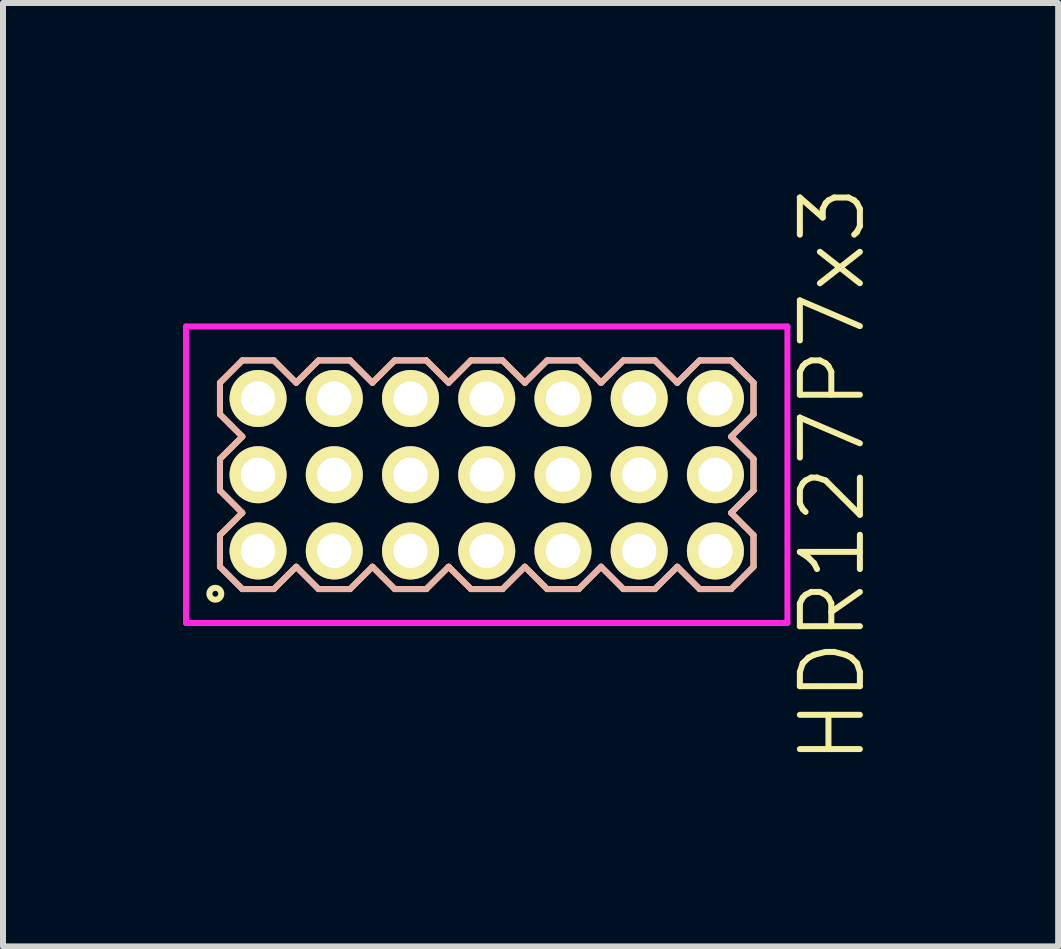
<source format=kicad_pcb>
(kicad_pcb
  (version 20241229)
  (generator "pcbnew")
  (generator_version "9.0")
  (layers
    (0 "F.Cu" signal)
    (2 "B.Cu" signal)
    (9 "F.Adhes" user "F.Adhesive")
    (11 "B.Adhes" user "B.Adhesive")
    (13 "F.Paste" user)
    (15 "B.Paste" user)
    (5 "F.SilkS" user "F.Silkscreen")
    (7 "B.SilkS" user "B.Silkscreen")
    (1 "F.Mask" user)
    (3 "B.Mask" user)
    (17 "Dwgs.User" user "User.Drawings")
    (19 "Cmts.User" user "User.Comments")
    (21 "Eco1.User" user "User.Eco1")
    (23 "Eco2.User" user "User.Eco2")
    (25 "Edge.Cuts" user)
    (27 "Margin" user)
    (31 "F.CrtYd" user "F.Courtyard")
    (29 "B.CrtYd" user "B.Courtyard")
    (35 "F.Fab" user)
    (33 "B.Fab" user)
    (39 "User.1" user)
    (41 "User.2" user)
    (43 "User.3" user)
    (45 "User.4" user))
  (footprint "HDR127P7x3"
    (layer "F.Cu")
    (at 5.06 4.86)
    (property "Reference" "HDR127P7x3" (at 5.76 0 90) (layer "F.SilkS") (effects (font (size 1 1) (thickness 0.1))))
    (attr through_hole)
    (fp_line (start -4.445 -1.533) (end -4.073 -1.905) (stroke (width 0.1) (type solid)) (layer "F.SilkS"))
    (fp_line (start -4.445 -1.007) (end -4.445 -1.533) (stroke (width 0.1) (type solid)) (layer "F.SilkS"))
    (fp_line (start -4.445 -0.263) (end -4.073 -0.635) (stroke (width 0.1) (type solid)) (layer "F.SilkS"))
    (fp_line (start -4.445 0.263) (end -4.445 -0.263) (stroke (width 0.1) (type solid)) (layer "F.SilkS"))
    (fp_line (start -4.445 1.007) (end -4.073 0.635) (stroke (width 0.1) (type solid)) (layer "F.SilkS"))
    (fp_line (start -4.445 1.533) (end -4.445 1.007) (stroke (width 0.1) (type solid)) (layer "F.SilkS"))
    (fp_line (start -4.073 -1.905) (end -3.547 -1.905) (stroke (width 0.1) (type solid)) (layer "F.SilkS"))
    (fp_line (start -4.073 -0.635) (end -4.445 -1.007) (stroke (width 0.1) (type solid)) (layer "F.SilkS"))
    (fp_line (start -4.073 0.635) (end -4.445 0.263) (stroke (width 0.1) (type solid)) (layer "F.SilkS"))
    (fp_line (start -4.073 1.905) (end -4.445 1.533) (stroke (width 0.1) (type solid)) (layer "F.SilkS"))
    (fp_line (start -3.547 -1.905) (end -3.175 -1.533) (stroke (width 0.1) (type solid)) (layer "F.SilkS"))
    (fp_line (start -3.547 1.905) (end -4.073 1.905) (stroke (width 0.1) (type solid)) (layer "F.SilkS"))
    (fp_line (start -3.175 -1.533) (end -2.803 -1.905) (stroke (width 0.1) (type solid)) (layer "F.SilkS"))
    (fp_line (start -3.175 1.533) (end -3.547 1.905) (stroke (width 0.1) (type solid)) (layer "F.SilkS"))
    (fp_line (start -2.803 -1.905) (end -2.277 -1.905) (stroke (width 0.1) (type solid)) (layer "F.SilkS"))
    (fp_line (start -2.803 1.905) (end -3.175 1.533) (stroke (width 0.1) (type solid)) (layer "F.SilkS"))
    (fp_line (start -2.277 -1.905) (end -1.905 -1.533) (stroke (width 0.1) (type solid)) (layer "F.SilkS"))
    (fp_line (start -2.277 1.905) (end -2.803 1.905) (stroke (width 0.1) (type solid)) (layer "F.SilkS"))
    (fp_line (start -1.905 -1.533) (end -1.533 -1.905) (stroke (width 0.1) (type solid)) (layer "F.SilkS"))
    (fp_line (start -1.905 1.533) (end -2.277 1.905) (stroke (width 0.1) (type solid)) (layer "F.SilkS"))
    (fp_line (start -1.533 -1.905) (end -1.007 -1.905) (stroke (width 0.1) (type solid)) (layer "F.SilkS"))
    (fp_line (start -1.533 1.905) (end -1.905 1.533) (stroke (width 0.1) (type solid)) (layer "F.SilkS"))
    (fp_line (start -1.007 -1.905) (end -0.635 -1.533) (stroke (width 0.1) (type solid)) (layer "F.SilkS"))
    (fp_line (start -1.007 1.905) (end -1.533 1.905) (stroke (width 0.1) (type solid)) (layer "F.SilkS"))
    (fp_line (start -0.635 -1.533) (end -0.263 -1.905) (stroke (width 0.1) (type solid)) (layer "F.SilkS"))
    (fp_line (start -0.635 1.533) (end -1.007 1.905) (stroke (width 0.1) (type solid)) (layer "F.SilkS"))
    (fp_line (start -0.263 -1.905) (end 0.263 -1.905) (stroke (width 0.1) (type solid)) (layer "F.SilkS"))
    (fp_line (start -0.263 1.905) (end -0.635 1.533) (stroke (width 0.1) (type solid)) (layer "F.SilkS"))
    (fp_line (start 0.263 -1.905) (end 0.635 -1.533) (stroke (width 0.1) (type solid)) (layer "F.SilkS"))
    (fp_line (start 0.263 1.905) (end -0.263 1.905) (stroke (width 0.1) (type solid)) (layer "F.SilkS"))
    (fp_line (start 0.635 -1.533) (end 1.007 -1.905) (stroke (width 0.1) (type solid)) (layer "F.SilkS"))
    (fp_line (start 0.635 1.533) (end 0.263 1.905) (stroke (width 0.1) (type solid)) (layer "F.SilkS"))
    (fp_line (start 1.007 -1.905) (end 1.533 -1.905) (stroke (width 0.1) (type solid)) (layer "F.SilkS"))
    (fp_line (start 1.007 1.905) (end 0.635 1.533) (stroke (width 0.1) (type solid)) (layer "F.SilkS"))
    (fp_line (start 1.533 -1.905) (end 1.905 -1.533) (stroke (width 0.1) (type solid)) (layer "F.SilkS"))
    (fp_line (start 1.533 1.905) (end 1.007 1.905) (stroke (width 0.1) (type solid)) (layer "F.SilkS"))
    (fp_line (start 1.905 -1.533) (end 2.277 -1.905) (stroke (width 0.1) (type solid)) (layer "F.SilkS"))
    (fp_line (start 1.905 1.533) (end 1.533 1.905) (stroke (width 0.1) (type solid)) (layer "F.SilkS"))
    (fp_line (start 2.277 -1.905) (end 2.803 -1.905) (stroke (width 0.1) (type solid)) (layer "F.SilkS"))
    (fp_line (start 2.277 1.905) (end 1.905 1.533) (stroke (width 0.1) (type solid)) (layer "F.SilkS"))
    (fp_line (start 2.803 -1.905) (end 3.175 -1.533) (stroke (width 0.1) (type solid)) (layer "F.SilkS"))
    (fp_line (start 2.803 1.905) (end 2.277 1.905) (stroke (width 0.1) (type solid)) (layer "F.SilkS"))
    (fp_line (start 3.175 -1.533) (end 3.547 -1.905) (stroke (width 0.1) (type solid)) (layer "F.SilkS"))
    (fp_line (start 3.175 1.533) (end 2.803 1.905) (stroke (width 0.1) (type solid)) (layer "F.SilkS"))
    (fp_line (start 3.547 -1.905) (end 4.073 -1.905) (stroke (width 0.1) (type solid)) (layer "F.SilkS"))
    (fp_line (start 3.547 1.905) (end 3.175 1.533) (stroke (width 0.1) (type solid)) (layer "F.SilkS"))
    (fp_line (start 4.073 -1.905) (end 4.445 -1.533) (stroke (width 0.1) (type solid)) (layer "F.SilkS"))
    (fp_line (start 4.073 -0.635) (end 4.445 -0.263) (stroke (width 0.1) (type solid)) (layer "F.SilkS"))
    (fp_line (start 4.073 0.635) (end 4.445 1.007) (stroke (width 0.1) (type solid)) (layer "F.SilkS"))
    (fp_line (start 4.073 1.905) (end 3.547 1.905) (stroke (width 0.1) (type solid)) (layer "F.SilkS"))
    (fp_line (start 4.445 -1.533) (end 4.445 -1.007) (stroke (width 0.1) (type solid)) (layer "F.SilkS"))
    (fp_line (start 4.445 -1.007) (end 4.073 -0.635) (stroke (width 0.1) (type solid)) (layer "F.SilkS"))
    (fp_line (start 4.445 -0.263) (end 4.445 0.263) (stroke (width 0.1) (type solid)) (layer "F.SilkS"))
    (fp_line (start 4.445 0.263) (end 4.073 0.635) (stroke (width 0.1) (type solid)) (layer "F.SilkS"))
    (fp_line (start 4.445 1.007) (end 4.445 1.533) (stroke (width 0.1) (type solid)) (layer "F.SilkS"))
    (fp_line (start 4.445 1.533) (end 4.073 1.905) (stroke (width 0.1) (type solid)) (layer "F.SilkS"))
    (fp_circle (center -4.522 1.983) (end -4.423 1.983) (stroke (width 0.1) (type solid)) (fill no) (layer "F.SilkS"))
    (fp_line (start -4.445 -1.533) (end -4.073 -1.905) (stroke (width 0.1) (type solid)) (layer "B.SilkS"))
    (fp_line (start -4.445 -1.007) (end -4.445 -1.533) (stroke (width 0.1) (type solid)) (layer "B.SilkS"))
    (fp_line (start -4.445 -0.263) (end -4.073 -0.635) (stroke (width 0.1) (type solid)) (layer "B.SilkS"))
    (fp_line (start -4.445 0.263) (end -4.445 -0.263) (stroke (width 0.1) (type solid)) (layer "B.SilkS"))
    (fp_line (start -4.445 1.007) (end -4.073 0.635) (stroke (width 0.1) (type solid)) (layer "B.SilkS"))
    (fp_line (start -4.445 1.533) (end -4.445 1.007) (stroke (width 0.1) (type solid)) (layer "B.SilkS"))
    (fp_line (start -4.073 -1.905) (end -3.547 -1.905) (stroke (width 0.1) (type solid)) (layer "B.SilkS"))
    (fp_line (start -4.073 -0.635) (end -4.445 -1.007) (stroke (width 0.1) (type solid)) (layer "B.SilkS"))
    (fp_line (start -4.073 0.635) (end -4.445 0.263) (stroke (width 0.1) (type solid)) (layer "B.SilkS"))
    (fp_line (start -4.073 1.905) (end -4.445 1.533) (stroke (width 0.1) (type solid)) (layer "B.SilkS"))
    (fp_line (start -3.547 -1.905) (end -3.175 -1.533) (stroke (width 0.1) (type solid)) (layer "B.SilkS"))
    (fp_line (start -3.547 1.905) (end -4.073 1.905) (stroke (width 0.1) (type solid)) (layer "B.SilkS"))
    (fp_line (start -3.175 -1.533) (end -2.803 -1.905) (stroke (width 0.1) (type solid)) (layer "B.SilkS"))
    (fp_line (start -3.175 1.533) (end -3.547 1.905) (stroke (width 0.1) (type solid)) (layer "B.SilkS"))
    (fp_line (start -2.803 -1.905) (end -2.277 -1.905) (stroke (width 0.1) (type solid)) (layer "B.SilkS"))
    (fp_line (start -2.803 1.905) (end -3.175 1.533) (stroke (width 0.1) (type solid)) (layer "B.SilkS"))
    (fp_line (start -2.277 -1.905) (end -1.905 -1.533) (stroke (width 0.1) (type solid)) (layer "B.SilkS"))
    (fp_line (start -2.277 1.905) (end -2.803 1.905) (stroke (width 0.1) (type solid)) (layer "B.SilkS"))
    (fp_line (start -1.905 -1.533) (end -1.533 -1.905) (stroke (width 0.1) (type solid)) (layer "B.SilkS"))
    (fp_line (start -1.905 1.533) (end -2.277 1.905) (stroke (width 0.1) (type solid)) (layer "B.SilkS"))
    (fp_line (start -1.533 -1.905) (end -1.007 -1.905) (stroke (width 0.1) (type solid)) (layer "B.SilkS"))
    (fp_line (start -1.533 1.905) (end -1.905 1.533) (stroke (width 0.1) (type solid)) (layer "B.SilkS"))
    (fp_line (start -1.007 -1.905) (end -0.635 -1.533) (stroke (width 0.1) (type solid)) (layer "B.SilkS"))
    (fp_line (start -1.007 1.905) (end -1.533 1.905) (stroke (width 0.1) (type solid)) (layer "B.SilkS"))
    (fp_line (start -0.635 -1.533) (end -0.263 -1.905) (stroke (width 0.1) (type solid)) (layer "B.SilkS"))
    (fp_line (start -0.635 1.533) (end -1.007 1.905) (stroke (width 0.1) (type solid)) (layer "B.SilkS"))
    (fp_line (start -0.263 -1.905) (end 0.263 -1.905) (stroke (width 0.1) (type solid)) (layer "B.SilkS"))
    (fp_line (start -0.263 1.905) (end -0.635 1.533) (stroke (width 0.1) (type solid)) (layer "B.SilkS"))
    (fp_line (start 0.263 -1.905) (end 0.635 -1.533) (stroke (width 0.1) (type solid)) (layer "B.SilkS"))
    (fp_line (start 0.263 1.905) (end -0.263 1.905) (stroke (width 0.1) (type solid)) (layer "B.SilkS"))
    (fp_line (start 0.635 -1.533) (end 1.007 -1.905) (stroke (width 0.1) (type solid)) (layer "B.SilkS"))
    (fp_line (start 0.635 1.533) (end 0.263 1.905) (stroke (width 0.1) (type solid)) (layer "B.SilkS"))
    (fp_line (start 1.007 -1.905) (end 1.533 -1.905) (stroke (width 0.1) (type solid)) (layer "B.SilkS"))
    (fp_line (start 1.007 1.905) (end 0.635 1.533) (stroke (width 0.1) (type solid)) (layer "B.SilkS"))
    (fp_line (start 1.533 -1.905) (end 1.905 -1.533) (stroke (width 0.1) (type solid)) (layer "B.SilkS"))
    (fp_line (start 1.533 1.905) (end 1.007 1.905) (stroke (width 0.1) (type solid)) (layer "B.SilkS"))
    (fp_line (start 1.905 -1.533) (end 2.277 -1.905) (stroke (width 0.1) (type solid)) (layer "B.SilkS"))
    (fp_line (start 1.905 1.533) (end 1.533 1.905) (stroke (width 0.1) (type solid)) (layer "B.SilkS"))
    (fp_line (start 2.277 -1.905) (end 2.803 -1.905) (stroke (width 0.1) (type solid)) (layer "B.SilkS"))
    (fp_line (start 2.277 1.905) (end 1.905 1.533) (stroke (width 0.1) (type solid)) (layer "B.SilkS"))
    (fp_line (start 2.803 -1.905) (end 3.175 -1.533) (stroke (width 0.1) (type solid)) (layer "B.SilkS"))
    (fp_line (start 2.803 1.905) (end 2.277 1.905) (stroke (width 0.1) (type solid)) (layer "B.SilkS"))
    (fp_line (start 3.175 -1.533) (end 3.547 -1.905) (stroke (width 0.1) (type solid)) (layer "B.SilkS"))
    (fp_line (start 3.175 1.533) (end 2.803 1.905) (stroke (width 0.1) (type solid)) (layer "B.SilkS"))
    (fp_line (start 3.547 -1.905) (end 4.073 -1.905) (stroke (width 0.1) (type solid)) (layer "B.SilkS"))
    (fp_line (start 3.547 1.905) (end 3.175 1.533) (stroke (width 0.1) (type solid)) (layer "B.SilkS"))
    (fp_line (start 4.073 -1.905) (end 4.445 -1.533) (stroke (width 0.1) (type solid)) (layer "B.SilkS"))
    (fp_line (start 4.073 -0.635) (end 4.445 -0.263) (stroke (width 0.1) (type solid)) (layer "B.SilkS"))
    (fp_line (start 4.073 0.635) (end 4.445 1.007) (stroke (width 0.1) (type solid)) (layer "B.SilkS"))
    (fp_line (start 4.073 1.905) (end 3.547 1.905) (stroke (width 0.1) (type solid)) (layer "B.SilkS"))
    (fp_line (start 4.445 -1.533) (end 4.445 -1.007) (stroke (width 0.1) (type solid)) (layer "B.SilkS"))
    (fp_line (start 4.445 -1.007) (end 4.073 -0.635) (stroke (width 0.1) (type solid)) (layer "B.SilkS"))
    (fp_line (start 4.445 -0.263) (end 4.445 0.263) (stroke (width 0.1) (type solid)) (layer "B.SilkS"))
    (fp_line (start 4.445 0.263) (end 4.073 0.635) (stroke (width 0.1) (type solid)) (layer "B.SilkS"))
    (fp_line (start 4.445 1.007) (end 4.445 1.533) (stroke (width 0.1) (type solid)) (layer "B.SilkS"))
    (fp_line (start 4.445 1.533) (end 4.073 1.905) (stroke (width 0.1) (type solid)) (layer "B.SilkS"))
    (fp_line (start -5.01 -2.47) (end -5.01 2.47) (stroke (width 0.1) (type solid)) (layer "F.CrtYd"))
    (fp_line (start -5.01 2.47) (end 5.01 2.47) (stroke (width 0.1) (type solid)) (layer "F.CrtYd"))
    (fp_line (start 5.01 -2.47) (end -5.01 -2.47) (stroke (width 0.1) (type solid)) (layer "F.CrtYd"))
    (fp_line (start 5.01 2.47) (end 5.01 -2.47) (stroke (width 0.1) (type solid)) (layer "F.CrtYd"))
    (pad "1" thru_hole oval (at -3.81 1.27) (size 0.95 0.95) (drill 0.57) (layers "*.Cu" "*.Mask" "F.SilkS"))
    (pad "2" thru_hole oval (at -3.81 0) (size 0.95 0.95) (drill 0.57) (layers "*.Cu" "*.Mask" "F.SilkS"))
    (pad "3" thru_hole oval (at -3.81 -1.27) (size 0.95 0.95) (drill 0.57) (layers "*.Cu" "*.Mask" "F.SilkS"))
    (pad "4" thru_hole oval (at -2.54 1.27) (size 0.95 0.95) (drill 0.57) (layers "*.Cu" "*.Mask" "F.SilkS"))
    (pad "5" thru_hole oval (at -2.54 0) (size 0.95 0.95) (drill 0.57) (layers "*.Cu" "*.Mask" "F.SilkS"))
    (pad "6" thru_hole oval (at -2.54 -1.27) (size 0.95 0.95) (drill 0.57) (layers "*.Cu" "*.Mask" "F.SilkS"))
    (pad "7" thru_hole oval (at -1.27 1.27) (size 0.95 0.95) (drill 0.57) (layers "*.Cu" "*.Mask" "F.SilkS"))
    (pad "8" thru_hole oval (at -1.27 0) (size 0.95 0.95) (drill 0.57) (layers "*.Cu" "*.Mask" "F.SilkS"))
    (pad "9" thru_hole oval (at -1.27 -1.27) (size 0.95 0.95) (drill 0.57) (layers "*.Cu" "*.Mask" "F.SilkS"))
    (pad "10" thru_hole oval (at 0 1.27) (size 0.95 0.95) (drill 0.57) (layers "*.Cu" "*.Mask" "F.SilkS"))
    (pad "11" thru_hole oval (at 0 0) (size 0.95 0.95) (drill 0.57) (layers "*.Cu" "*.Mask" "F.SilkS"))
    (pad "12" thru_hole oval (at 0 -1.27) (size 0.95 0.95) (drill 0.57) (layers "*.Cu" "*.Mask" "F.SilkS"))
    (pad "13" thru_hole oval (at 1.27 1.27) (size 0.95 0.95) (drill 0.57) (layers "*.Cu" "*.Mask" "F.SilkS"))
    (pad "14" thru_hole oval (at 1.27 0) (size 0.95 0.95) (drill 0.57) (layers "*.Cu" "*.Mask" "F.SilkS"))
    (pad "15" thru_hole oval (at 1.27 -1.27) (size 0.95 0.95) (drill 0.57) (layers "*.Cu" "*.Mask" "F.SilkS"))
    (pad "16" thru_hole oval (at 2.54 1.27) (size 0.95 0.95) (drill 0.57) (layers "*.Cu" "*.Mask" "F.SilkS"))
    (pad "17" thru_hole oval (at 2.54 0) (size 0.95 0.95) (drill 0.57) (layers "*.Cu" "*.Mask" "F.SilkS"))
    (pad "18" thru_hole oval (at 2.54 -1.27) (size 0.95 0.95) (drill 0.57) (layers "*.Cu" "*.Mask" "F.SilkS"))
    (pad "19" thru_hole oval (at 3.81 1.27) (size 0.95 0.95) (drill 0.57) (layers "*.Cu" "*.Mask" "F.SilkS"))
    (pad "20" thru_hole oval (at 3.81 0) (size 0.95 0.95) (drill 0.57) (layers "*.Cu" "*.Mask" "F.SilkS"))
    (pad "21" thru_hole oval (at 3.81 -1.27) (size 0.95 0.95) (drill 0.57) (layers "*.Cu" "*.Mask" "F.SilkS")))
  (gr_rect
    (start -3 -3)
    (end 14.581 12.719)
    (stroke (width 0.1) (type default))
    (fill no)
    (layer "Edge.Cuts")))
</source>
